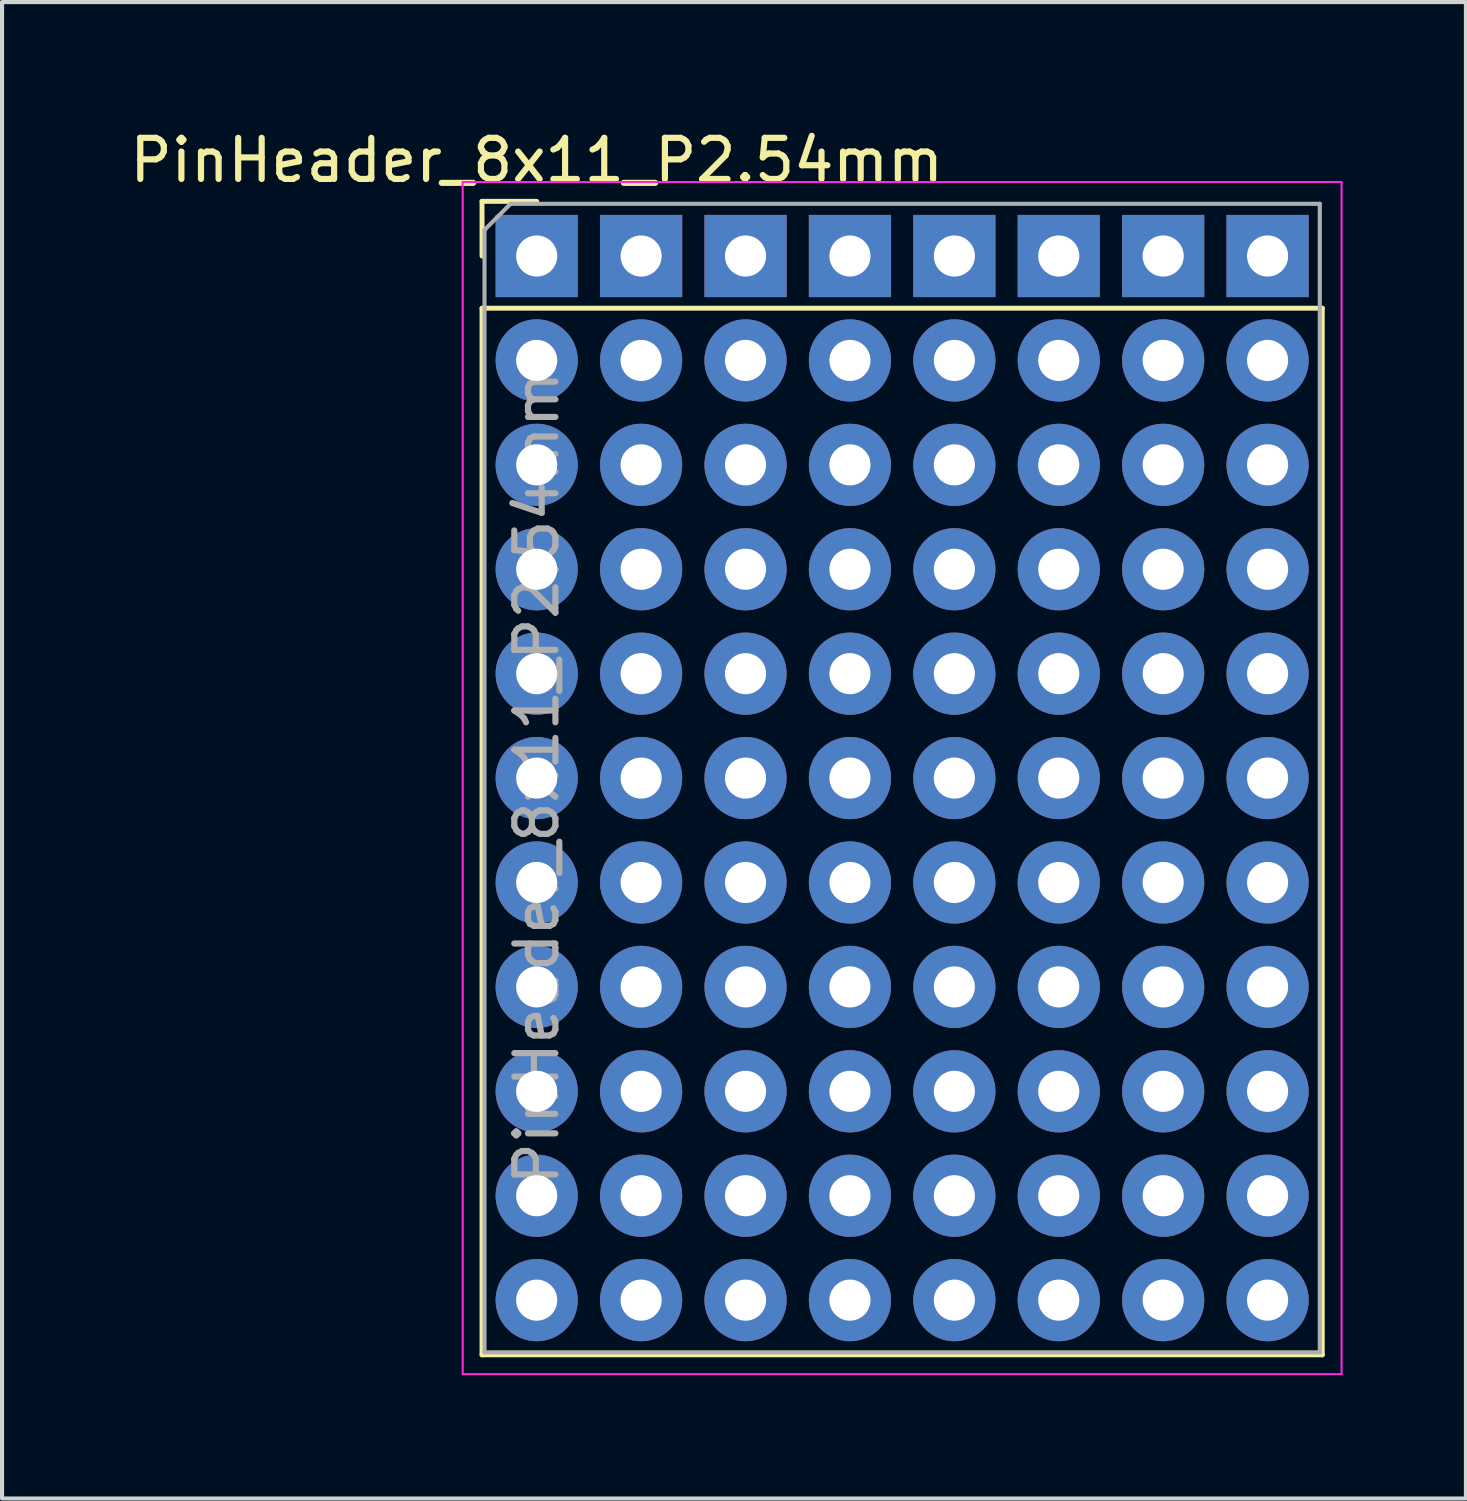
<source format=kicad_pcb>
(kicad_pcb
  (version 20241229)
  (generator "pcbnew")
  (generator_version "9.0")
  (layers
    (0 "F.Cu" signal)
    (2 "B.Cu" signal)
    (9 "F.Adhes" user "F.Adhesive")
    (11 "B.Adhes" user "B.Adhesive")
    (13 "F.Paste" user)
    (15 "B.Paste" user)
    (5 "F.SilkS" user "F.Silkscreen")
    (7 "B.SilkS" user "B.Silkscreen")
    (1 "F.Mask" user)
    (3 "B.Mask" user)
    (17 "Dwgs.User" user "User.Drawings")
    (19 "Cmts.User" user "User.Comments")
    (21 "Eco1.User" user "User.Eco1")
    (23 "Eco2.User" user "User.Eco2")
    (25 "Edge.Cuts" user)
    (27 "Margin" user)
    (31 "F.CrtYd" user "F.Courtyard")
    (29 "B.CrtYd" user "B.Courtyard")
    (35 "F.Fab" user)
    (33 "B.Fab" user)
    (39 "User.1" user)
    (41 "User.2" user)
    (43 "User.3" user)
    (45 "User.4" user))
  (footprint "PinHeader_8x11_P2.54mm"
    (layer "F.Cu")
    (at 10.006 3.178)
    (property "Reference" "PinHeader_8x11_P2.54mm" (at 0 -2.33 0) (layer "F.SilkS") (effects (font (size 1 1) (thickness 0.15))))
    (attr through_hole)
    (fp_line (start -1.33 -1.33) (end 0 -1.33) (stroke (width 0.12) (type solid)) (layer "F.SilkS"))
    (fp_line (start -1.33 0) (end -1.33 -1.33) (stroke (width 0.12) (type solid)) (layer "F.SilkS"))
    (fp_line (start -1.33 1.27) (end -1.33 26.73) (stroke (width 0.12) (type solid)) (layer "F.SilkS"))
    (fp_line (start -1.33 1.27) (end 19.11 1.27) (stroke (width 0.12) (type solid)) (layer "F.SilkS"))
    (fp_line (start -1.33 26.73) (end 19.11 26.73) (stroke (width 0.12) (type solid)) (layer "F.SilkS"))
    (fp_line (start 19.11 1.27) (end 19.11 26.73) (stroke (width 0.12) (type solid)) (layer "F.SilkS"))
    (fp_line (start -1.8 -1.8) (end -1.8 27.2) (stroke (width 0.05) (type solid)) (layer "F.CrtYd"))
    (fp_line (start -1.8 27.2) (end 19.58 27.2) (stroke (width 0.05) (type solid)) (layer "F.CrtYd"))
    (fp_line (start 19.58 -1.8) (end -1.8 -1.8) (stroke (width 0.05) (type solid)) (layer "F.CrtYd"))
    (fp_line (start 19.58 27.2) (end 19.58 -1.8) (stroke (width 0.05) (type solid)) (layer "F.CrtYd"))
    (fp_line (start -1.27 -0.635) (end -0.635 -1.27) (stroke (width 0.1) (type solid)) (layer "F.Fab"))
    (fp_line (start -1.27 26.67) (end -1.27 -0.635) (stroke (width 0.1) (type solid)) (layer "F.Fab"))
    (fp_line (start -0.635 -1.27) (end 19.05 -1.27) (stroke (width 0.1) (type solid)) (layer "F.Fab"))
    (fp_line (start 19.05 -1.27) (end 19.05 26.67) (stroke (width 0.1) (type solid)) (layer "F.Fab"))
    (fp_line (start 19.05 26.67) (end -1.27 26.67) (stroke (width 0.1) (type solid)) (layer "F.Fab"))
    (fp_text user "${REFERENCE}" (at 0 12.7 90) (layer "F.Fab") (effects (font (size 1 1) (thickness 0.15))))
    (pad "1" thru_hole rect (at 0 0) (size 2 2) (drill 1) (layers "*.Cu" "*.Mask"))
    (pad "1" thru_hole rect (at 2.54 0) (size 2 2) (drill 1) (layers "*.Cu" "*.Mask"))
    (pad "1" thru_hole rect (at 5.08 0) (size 2 2) (drill 1) (layers "*.Cu" "*.Mask"))
    (pad "1" thru_hole rect (at 7.62 0) (size 2 2) (drill 1) (layers "*.Cu" "*.Mask"))
    (pad "1" thru_hole rect (at 10.16 0) (size 2 2) (drill 1) (layers "*.Cu" "*.Mask"))
    (pad "1" thru_hole rect (at 12.7 0) (size 2 2) (drill 1) (layers "*.Cu" "*.Mask"))
    (pad "1" thru_hole rect (at 15.24 0) (size 2 2) (drill 1) (layers "*.Cu" "*.Mask"))
    (pad "1" thru_hole rect (at 17.78 0) (size 2 2) (drill 1) (layers "*.Cu" "*.Mask"))
    (pad "2" thru_hole oval (at 0 2.54) (size 2 2) (drill 1) (layers "*.Cu" "*.Mask"))
    (pad "2" thru_hole oval (at 2.54 2.54) (size 2 2) (drill 1) (layers "*.Cu" "*.Mask"))
    (pad "2" thru_hole oval (at 5.08 2.54) (size 2 2) (drill 1) (layers "*.Cu" "*.Mask"))
    (pad "2" thru_hole oval (at 7.62 2.54) (size 2 2) (drill 1) (layers "*.Cu" "*.Mask"))
    (pad "2" thru_hole oval (at 10.16 2.54) (size 2 2) (drill 1) (layers "*.Cu" "*.Mask"))
    (pad "2" thru_hole oval (at 12.7 2.54) (size 2 2) (drill 1) (layers "*.Cu" "*.Mask"))
    (pad "2" thru_hole oval (at 15.24 2.54) (size 2 2) (drill 1) (layers "*.Cu" "*.Mask"))
    (pad "2" thru_hole oval (at 17.78 2.54) (size 2 2) (drill 1) (layers "*.Cu" "*.Mask"))
    (pad "3" thru_hole oval (at 0 5.08) (size 2 2) (drill 1) (layers "*.Cu" "*.Mask"))
    (pad "3" thru_hole oval (at 2.54 5.08) (size 2 2) (drill 1) (layers "*.Cu" "*.Mask"))
    (pad "3" thru_hole oval (at 5.08 5.08) (size 2 2) (drill 1) (layers "*.Cu" "*.Mask"))
    (pad "3" thru_hole oval (at 7.62 5.08) (size 2 2) (drill 1) (layers "*.Cu" "*.Mask"))
    (pad "3" thru_hole oval (at 10.16 5.08) (size 2 2) (drill 1) (layers "*.Cu" "*.Mask"))
    (pad "3" thru_hole oval (at 12.7 5.08) (size 2 2) (drill 1) (layers "*.Cu" "*.Mask"))
    (pad "3" thru_hole oval (at 15.24 5.08) (size 2 2) (drill 1) (layers "*.Cu" "*.Mask"))
    (pad "3" thru_hole oval (at 17.78 5.08) (size 2 2) (drill 1) (layers "*.Cu" "*.Mask"))
    (pad "4" thru_hole oval (at 0 7.62) (size 2 2) (drill 1) (layers "*.Cu" "*.Mask"))
    (pad "4" thru_hole oval (at 2.54 7.62) (size 2 2) (drill 1) (layers "*.Cu" "*.Mask"))
    (pad "4" thru_hole oval (at 5.08 7.62) (size 2 2) (drill 1) (layers "*.Cu" "*.Mask"))
    (pad "4" thru_hole oval (at 7.62 7.62) (size 2 2) (drill 1) (layers "*.Cu" "*.Mask"))
    (pad "4" thru_hole oval (at 10.16 7.62) (size 2 2) (drill 1) (layers "*.Cu" "*.Mask"))
    (pad "4" thru_hole oval (at 12.7 7.62) (size 2 2) (drill 1) (layers "*.Cu" "*.Mask"))
    (pad "4" thru_hole oval (at 15.24 7.62) (size 2 2) (drill 1) (layers "*.Cu" "*.Mask"))
    (pad "4" thru_hole oval (at 17.78 7.62) (size 2 2) (drill 1) (layers "*.Cu" "*.Mask"))
    (pad "5" thru_hole oval (at 0 10.16) (size 2 2) (drill 1) (layers "*.Cu" "*.Mask"))
    (pad "5" thru_hole oval (at 2.54 10.16) (size 2 2) (drill 1) (layers "*.Cu" "*.Mask"))
    (pad "5" thru_hole oval (at 5.08 10.16) (size 2 2) (drill 1) (layers "*.Cu" "*.Mask"))
    (pad "5" thru_hole oval (at 7.62 10.16) (size 2 2) (drill 1) (layers "*.Cu" "*.Mask"))
    (pad "5" thru_hole oval (at 10.16 10.16) (size 2 2) (drill 1) (layers "*.Cu" "*.Mask"))
    (pad "5" thru_hole oval (at 12.7 10.16) (size 2 2) (drill 1) (layers "*.Cu" "*.Mask"))
    (pad "5" thru_hole oval (at 15.24 10.16) (size 2 2) (drill 1) (layers "*.Cu" "*.Mask"))
    (pad "5" thru_hole oval (at 17.78 10.16) (size 2 2) (drill 1) (layers "*.Cu" "*.Mask"))
    (pad "6" thru_hole oval (at 0 12.7) (size 2 2) (drill 1) (layers "*.Cu" "*.Mask"))
    (pad "6" thru_hole oval (at 2.54 12.7) (size 2 2) (drill 1) (layers "*.Cu" "*.Mask"))
    (pad "6" thru_hole oval (at 5.08 12.7) (size 2 2) (drill 1) (layers "*.Cu" "*.Mask"))
    (pad "6" thru_hole oval (at 7.62 12.7) (size 2 2) (drill 1) (layers "*.Cu" "*.Mask"))
    (pad "6" thru_hole oval (at 10.16 12.7) (size 2 2) (drill 1) (layers "*.Cu" "*.Mask"))
    (pad "6" thru_hole oval (at 12.7 12.7) (size 2 2) (drill 1) (layers "*.Cu" "*.Mask"))
    (pad "6" thru_hole oval (at 15.24 12.7) (size 2 2) (drill 1) (layers "*.Cu" "*.Mask"))
    (pad "6" thru_hole oval (at 17.78 12.7) (size 2 2) (drill 1) (layers "*.Cu" "*.Mask"))
    (pad "7" thru_hole oval (at 0 15.24) (size 2 2) (drill 1) (layers "*.Cu" "*.Mask"))
    (pad "7" thru_hole oval (at 2.54 15.24) (size 2 2) (drill 1) (layers "*.Cu" "*.Mask"))
    (pad "7" thru_hole oval (at 5.08 15.24) (size 2 2) (drill 1) (layers "*.Cu" "*.Mask"))
    (pad "7" thru_hole oval (at 7.62 15.24) (size 2 2) (drill 1) (layers "*.Cu" "*.Mask"))
    (pad "7" thru_hole oval (at 10.16 15.24) (size 2 2) (drill 1) (layers "*.Cu" "*.Mask"))
    (pad "7" thru_hole oval (at 12.7 15.24) (size 2 2) (drill 1) (layers "*.Cu" "*.Mask"))
    (pad "7" thru_hole oval (at 15.24 15.24) (size 2 2) (drill 1) (layers "*.Cu" "*.Mask"))
    (pad "7" thru_hole oval (at 17.78 15.24) (size 2 2) (drill 1) (layers "*.Cu" "*.Mask"))
    (pad "8" thru_hole oval (at 0 17.78) (size 2 2) (drill 1) (layers "*.Cu" "*.Mask"))
    (pad "8" thru_hole oval (at 2.54 17.78) (size 2 2) (drill 1) (layers "*.Cu" "*.Mask"))
    (pad "8" thru_hole oval (at 5.08 17.78) (size 2 2) (drill 1) (layers "*.Cu" "*.Mask"))
    (pad "8" thru_hole oval (at 7.62 17.78) (size 2 2) (drill 1) (layers "*.Cu" "*.Mask"))
    (pad "8" thru_hole oval (at 10.16 17.78) (size 2 2) (drill 1) (layers "*.Cu" "*.Mask"))
    (pad "8" thru_hole oval (at 12.7 17.78) (size 2 2) (drill 1) (layers "*.Cu" "*.Mask"))
    (pad "8" thru_hole oval (at 15.24 17.78) (size 2 2) (drill 1) (layers "*.Cu" "*.Mask"))
    (pad "8" thru_hole oval (at 17.78 17.78) (size 2 2) (drill 1) (layers "*.Cu" "*.Mask"))
    (pad "9" thru_hole oval (at 0 20.32) (size 2 2) (drill 1) (layers "*.Cu" "*.Mask"))
    (pad "9" thru_hole oval (at 2.54 20.32) (size 2 2) (drill 1) (layers "*.Cu" "*.Mask"))
    (pad "9" thru_hole oval (at 5.08 20.32) (size 2 2) (drill 1) (layers "*.Cu" "*.Mask"))
    (pad "9" thru_hole oval (at 7.62 20.32) (size 2 2) (drill 1) (layers "*.Cu" "*.Mask"))
    (pad "9" thru_hole oval (at 10.16 20.32) (size 2 2) (drill 1) (layers "*.Cu" "*.Mask"))
    (pad "9" thru_hole oval (at 12.7 20.32) (size 2 2) (drill 1) (layers "*.Cu" "*.Mask"))
    (pad "9" thru_hole oval (at 15.24 20.32) (size 2 2) (drill 1) (layers "*.Cu" "*.Mask"))
    (pad "9" thru_hole oval (at 17.78 20.32) (size 2 2) (drill 1) (layers "*.Cu" "*.Mask"))
    (pad "10" thru_hole oval (at 0 22.86) (size 2 2) (drill 1) (layers "*.Cu" "*.Mask"))
    (pad "10" thru_hole oval (at 2.54 22.86) (size 2 2) (drill 1) (layers "*.Cu" "*.Mask"))
    (pad "10" thru_hole oval (at 5.08 22.86) (size 2 2) (drill 1) (layers "*.Cu" "*.Mask"))
    (pad "10" thru_hole oval (at 7.62 22.86) (size 2 2) (drill 1) (layers "*.Cu" "*.Mask"))
    (pad "10" thru_hole oval (at 10.16 22.86) (size 2 2) (drill 1) (layers "*.Cu" "*.Mask"))
    (pad "10" thru_hole oval (at 12.7 22.86) (size 2 2) (drill 1) (layers "*.Cu" "*.Mask"))
    (pad "10" thru_hole oval (at 15.24 22.86) (size 2 2) (drill 1) (layers "*.Cu" "*.Mask"))
    (pad "10" thru_hole oval (at 17.78 22.86) (size 2 2) (drill 1) (layers "*.Cu" "*.Mask"))
    (pad "11" thru_hole oval (at 0 25.4) (size 2 2) (drill 1) (layers "*.Cu" "*.Mask"))
    (pad "11" thru_hole oval (at 2.54 25.4) (size 2 2) (drill 1) (layers "*.Cu" "*.Mask"))
    (pad "11" thru_hole oval (at 5.08 25.4) (size 2 2) (drill 1) (layers "*.Cu" "*.Mask"))
    (pad "11" thru_hole oval (at 7.62 25.4) (size 2 2) (drill 1) (layers "*.Cu" "*.Mask"))
    (pad "11" thru_hole oval (at 10.16 25.4) (size 2 2) (drill 1) (layers "*.Cu" "*.Mask"))
    (pad "11" thru_hole oval (at 12.7 25.4) (size 2 2) (drill 1) (layers "*.Cu" "*.Mask"))
    (pad "11" thru_hole oval (at 15.24 25.4) (size 2 2) (drill 1) (layers "*.Cu" "*.Mask"))
    (pad "11" thru_hole oval (at 17.78 25.4) (size 2 2) (drill 1) (layers "*.Cu" "*.Mask")))
  (gr_rect
    (start -3 -3)
    (end 32.611 33.403)
    (stroke (width 0.1) (type default))
    (fill no)
    (layer "Edge.Cuts")))
</source>
